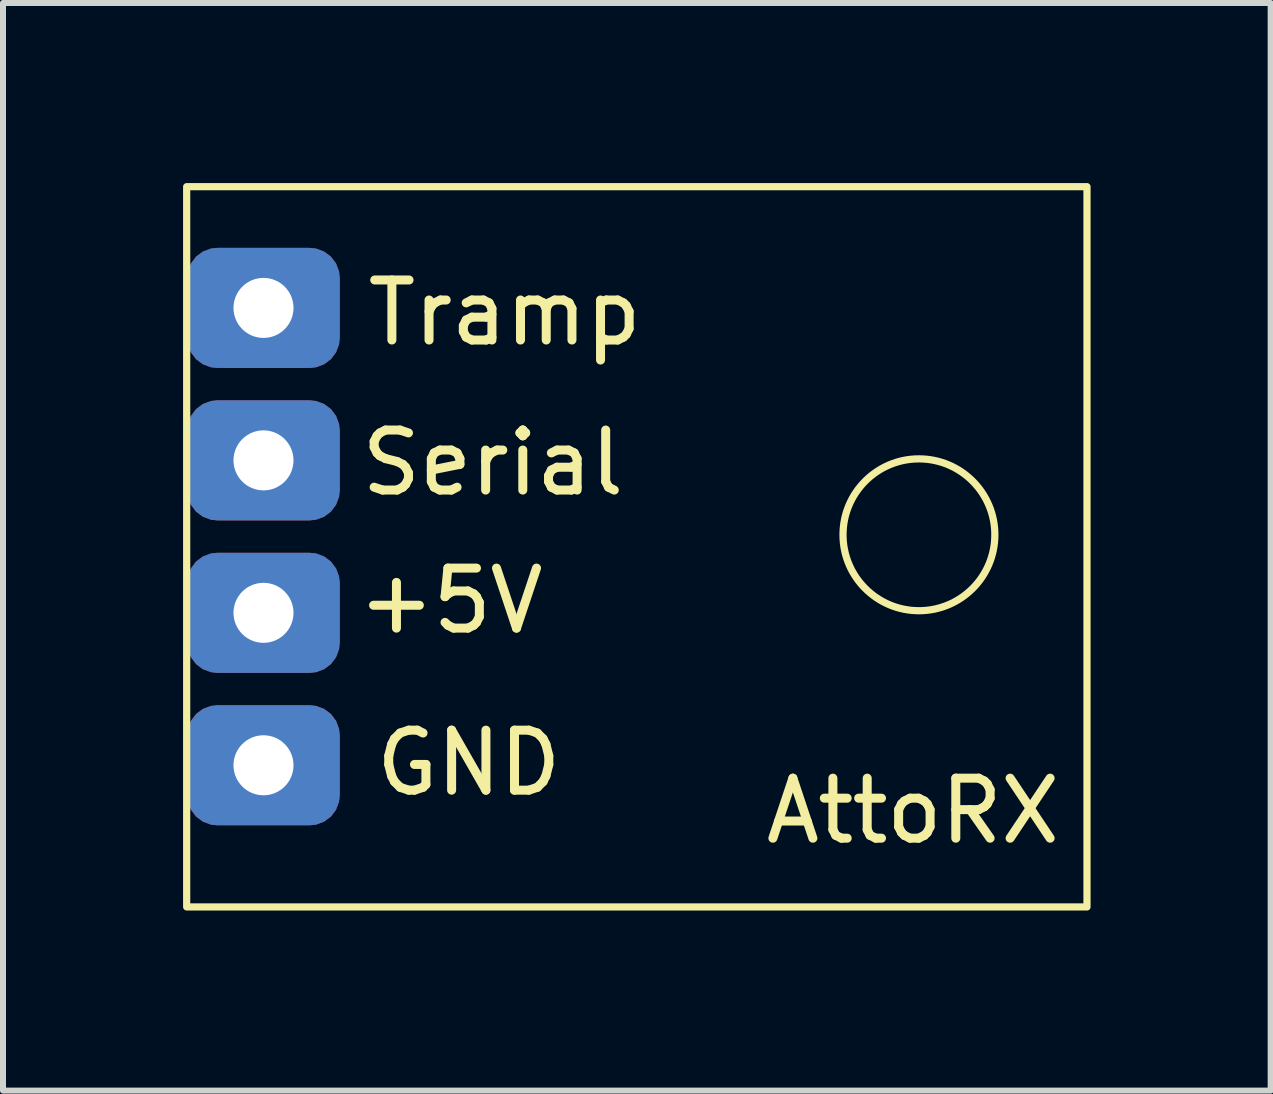
<source format=kicad_pcb>
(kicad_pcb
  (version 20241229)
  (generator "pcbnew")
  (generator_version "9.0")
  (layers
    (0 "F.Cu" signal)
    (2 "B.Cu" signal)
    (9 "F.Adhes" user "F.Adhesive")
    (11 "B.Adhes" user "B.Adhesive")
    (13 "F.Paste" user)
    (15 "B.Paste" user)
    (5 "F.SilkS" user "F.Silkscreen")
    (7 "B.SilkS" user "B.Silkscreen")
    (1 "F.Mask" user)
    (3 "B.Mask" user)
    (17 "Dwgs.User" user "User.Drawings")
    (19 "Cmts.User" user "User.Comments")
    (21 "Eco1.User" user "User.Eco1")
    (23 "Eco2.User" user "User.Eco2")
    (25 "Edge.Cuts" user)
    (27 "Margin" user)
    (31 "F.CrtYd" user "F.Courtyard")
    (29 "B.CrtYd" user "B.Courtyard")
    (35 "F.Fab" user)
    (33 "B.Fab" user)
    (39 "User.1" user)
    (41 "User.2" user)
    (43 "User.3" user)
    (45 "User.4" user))
  (footprint "AttoRX"
    (layer "F.Cu")
    (at 1.36 2.06)
    (property "Reference" "AttoRX" (at 10.8 8.4 0) (unlocked yes) (layer "F.SilkS") (effects (font (size 1 1) (thickness 0.15))))
    (attr through_hole)
    (fp_rect (start -1.3 -2) (end 13.7 10) (stroke (width 0.12) (type solid)) (fill no) (layer "F.SilkS"))
    (fp_circle (center 10.9 3.8) (end 12.1 3.4) (stroke (width 0.12) (type solid)) (fill no) (layer "F.SilkS"))
    (fp_text user "Serial" (at 3.8 2.6 0) (unlocked yes) (layer "F.SilkS") (effects (font (size 1 1) (thickness 0.15))))
    (fp_text user "Tramp" (at 4 0.1 0) (unlocked yes) (layer "F.SilkS") (effects (font (size 1 1) (thickness 0.15))))
    (fp_text user "GND" (at 3.4 7.6 0) (unlocked yes) (layer "F.SilkS") (effects (font (size 1 1) (thickness 0.15))))
    (fp_text user "+5V" (at 3.1 4.9 0) (unlocked yes) (layer "F.SilkS") (effects (font (size 1 1) (thickness 0.15))))
    (pad "1" thru_hole roundrect (at -0.02 0.02) (size 2.54 2) (drill 1) (layers "*.Cu" "*.Mask") (roundrect_rratio 0.25))
    (pad "2" thru_hole roundrect (at -0.02 2.56) (size 2.54 2) (drill 1) (layers "*.Cu" "*.Mask") (roundrect_rratio 0.25))
    (pad "3" thru_hole roundrect (at -0.02 5.1) (size 2.54 2) (drill 1) (layers "*.Cu" "*.Mask") (roundrect_rratio 0.25))
    (pad "4" thru_hole roundrect (at -0.02 7.64) (size 2.54 2) (drill 1) (layers "*.Cu" "*.Mask") (roundrect_rratio 0.25)))
  (gr_rect
    (start -3 -3)
    (end 18.12 15.12)
    (stroke (width 0.1) (type default))
    (fill no)
    (layer "Edge.Cuts")))
</source>
